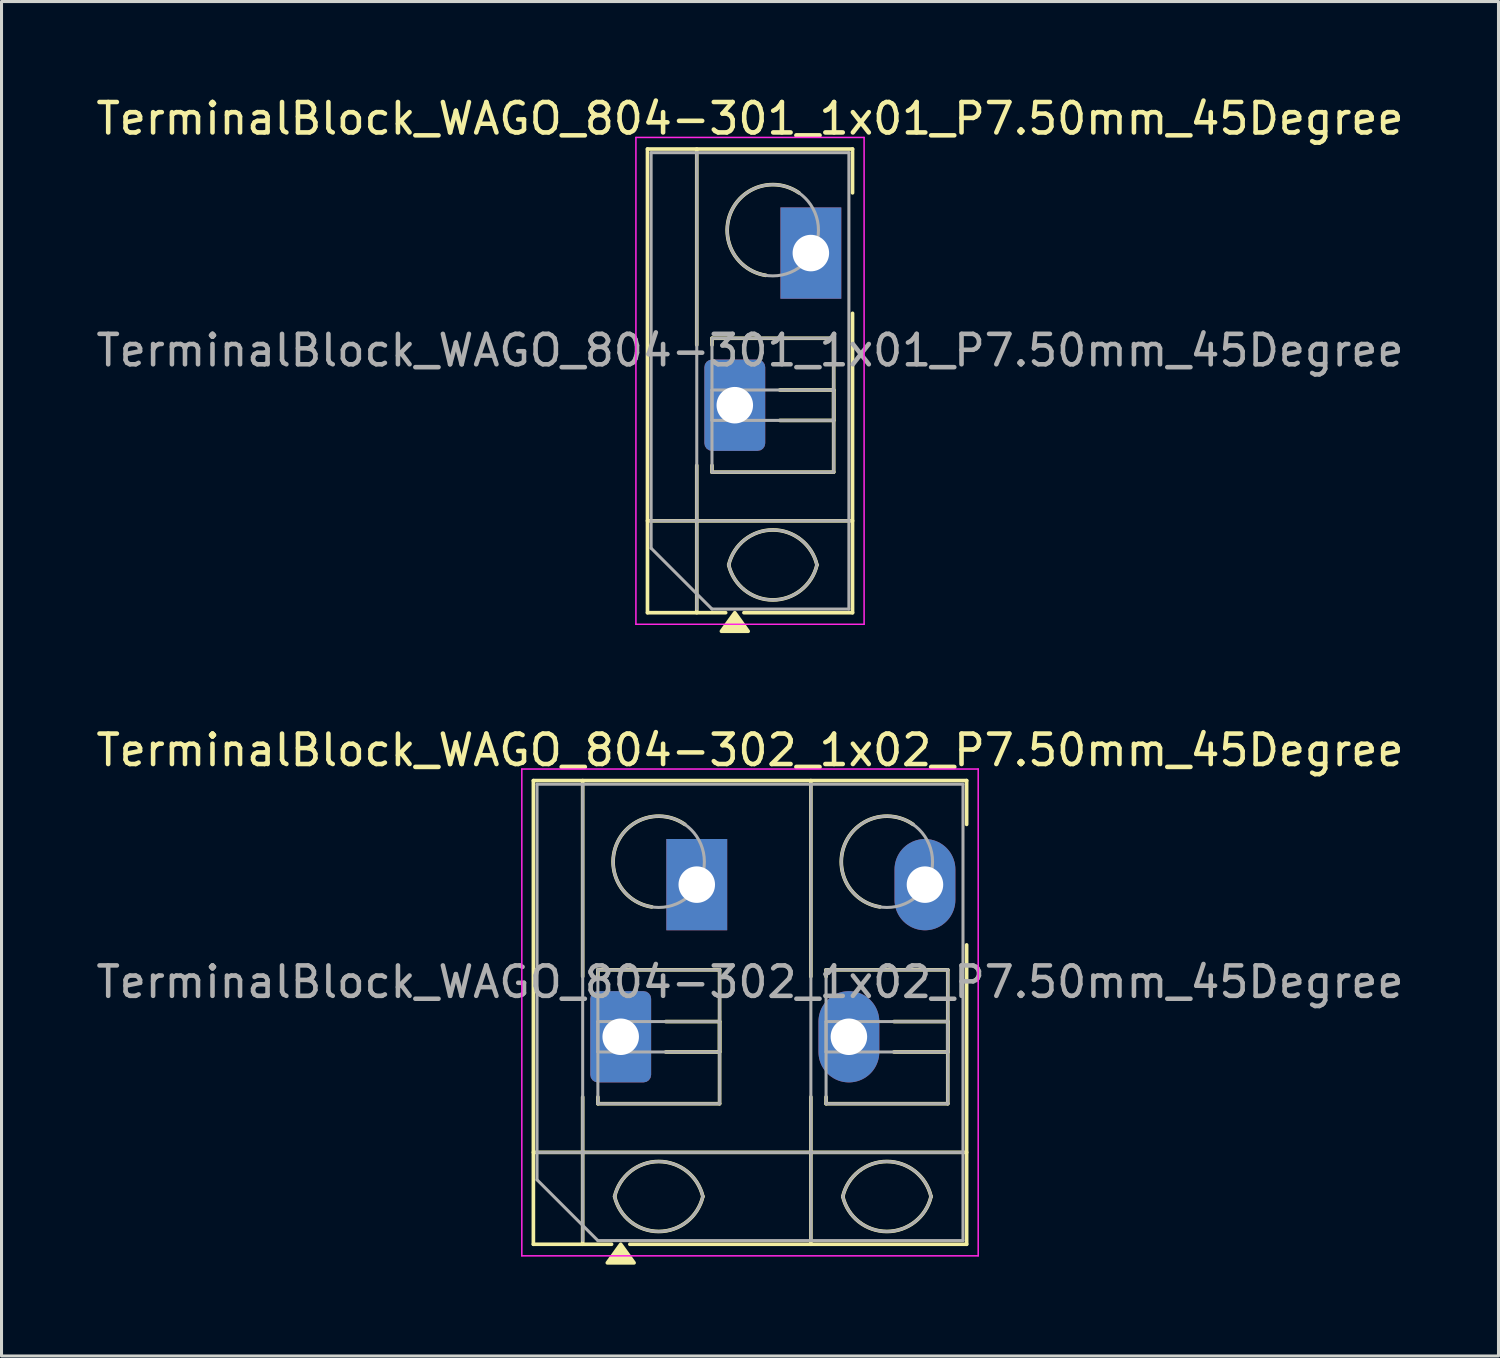
<source format=kicad_pcb>
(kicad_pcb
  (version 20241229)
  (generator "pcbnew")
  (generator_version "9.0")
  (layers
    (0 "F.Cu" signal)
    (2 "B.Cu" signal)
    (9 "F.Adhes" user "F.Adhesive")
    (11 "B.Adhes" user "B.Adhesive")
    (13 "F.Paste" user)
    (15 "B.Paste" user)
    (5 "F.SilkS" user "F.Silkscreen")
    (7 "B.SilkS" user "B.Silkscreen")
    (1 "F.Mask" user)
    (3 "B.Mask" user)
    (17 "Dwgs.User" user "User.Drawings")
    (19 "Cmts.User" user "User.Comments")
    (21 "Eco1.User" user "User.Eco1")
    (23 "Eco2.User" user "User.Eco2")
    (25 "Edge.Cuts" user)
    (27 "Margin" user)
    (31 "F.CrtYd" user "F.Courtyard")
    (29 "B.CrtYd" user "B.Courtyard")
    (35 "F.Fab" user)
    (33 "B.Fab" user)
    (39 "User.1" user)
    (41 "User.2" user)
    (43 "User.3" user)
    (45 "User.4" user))
  (footprint "TerminalBlock_WAGO_804-302_1x02_P7.50mm_45Degree"
    (layer "F.Cu")
    (at 17.351 31.026)
    (property "Reference" "TerminalBlock_WAGO_804-302_1x02_P7.50mm_45Degree" (at 4.25 -9.42 0) (layer "F.SilkS") (effects (font (size 1 1) (thickness 0.15))))
    (attr through_hole)
    (fp_line (start -2.87 -8.42) (end 11.37 -8.42) (stroke (width 0.12) (type solid)) (layer "F.SilkS"))
    (fp_line (start -2.87 3.8) (end 11.37 3.8) (stroke (width 0.12) (type solid)) (layer "F.SilkS"))
    (fp_line (start -2.87 6.82) (end -2.87 -8.42) (stroke (width 0.12) (type solid)) (layer "F.SilkS"))
    (fp_line (start -1.25 -8.42) (end -1.25 -1.98) (stroke (width 0.12) (type solid)) (layer "F.SilkS"))
    (fp_line (start -1.25 1.98) (end -1.25 6.82) (stroke (width 0.12) (type solid)) (layer "F.SilkS"))
    (fp_line (start -0.75 -2.2) (end 3.25 -2.2) (stroke (width 0.12) (type solid)) (layer "F.SilkS"))
    (fp_line (start -0.75 -1.98) (end -0.75 -2.2) (stroke (width 0.12) (type solid)) (layer "F.SilkS"))
    (fp_line (start -0.75 2.2) (end -0.75 1.98) (stroke (width 0.12) (type solid)) (layer "F.SilkS"))
    (fp_line (start -0.3 6.82) (end -2.87 6.82) (stroke (width 0.12) (type solid)) (layer "F.SilkS"))
    (fp_line (start 1.48 -0.5) (end 3.25 -0.5) (stroke (width 0.12) (type solid)) (layer "F.SilkS"))
    (fp_line (start 3.25 -2.2) (end 3.25 2.2) (stroke (width 0.12) (type solid)) (layer "F.SilkS"))
    (fp_line (start 3.25 -0.5) (end 3.25 0.5) (stroke (width 0.12) (type solid)) (layer "F.SilkS"))
    (fp_line (start 3.25 0.5) (end 1.48 0.5) (stroke (width 0.12) (type solid)) (layer "F.SilkS"))
    (fp_line (start 3.25 2.2) (end -0.75 2.2) (stroke (width 0.12) (type solid)) (layer "F.SilkS"))
    (fp_line (start 6.25 -8.42) (end 6.25 -1.98) (stroke (width 0.12) (type solid)) (layer "F.SilkS"))
    (fp_line (start 6.25 1.98) (end 6.25 6.82) (stroke (width 0.12) (type solid)) (layer "F.SilkS"))
    (fp_line (start 6.75 -2.2) (end 10.75 -2.2) (stroke (width 0.12) (type solid)) (layer "F.SilkS"))
    (fp_line (start 6.75 -1.98) (end 6.75 -2.2) (stroke (width 0.12) (type solid)) (layer "F.SilkS"))
    (fp_line (start 6.75 2.2) (end 6.75 1.98) (stroke (width 0.12) (type solid)) (layer "F.SilkS"))
    (fp_line (start 8.98 -0.5) (end 10.75 -0.5) (stroke (width 0.12) (type solid)) (layer "F.SilkS"))
    (fp_line (start 10.75 -2.2) (end 10.75 2.2) (stroke (width 0.12) (type solid)) (layer "F.SilkS"))
    (fp_line (start 10.75 -0.5) (end 10.75 0.5) (stroke (width 0.12) (type solid)) (layer "F.SilkS"))
    (fp_line (start 10.75 0.5) (end 8.98 0.5) (stroke (width 0.12) (type solid)) (layer "F.SilkS"))
    (fp_line (start 10.75 2.2) (end 6.75 2.2) (stroke (width 0.12) (type solid)) (layer "F.SilkS"))
    (fp_line (start 11.37 -8.42) (end 11.37 -6.98) (stroke (width 0.12) (type solid)) (layer "F.SilkS"))
    (fp_line (start 11.37 -3.02) (end 11.37 6.82) (stroke (width 0.12) (type solid)) (layer "F.SilkS"))
    (fp_line (start 11.37 6.82) (end 0.3 6.82) (stroke (width 0.12) (type solid)) (layer "F.SilkS"))
    (fp_arc (start -0.2 5.25) (mid 1.25 4.1) (end 2.7 5.25) (stroke (width 0.12) (type solid)) (layer "F.SilkS"))
    (fp_arc (start 1.02 -4.268) (mid -0.141916 -6.309209) (end 2.109 -6.98) (stroke (width 0.12) (type solid)) (layer "F.SilkS"))
    (fp_arc (start 2.7 5.25) (mid 1.25 6.4) (end -0.2 5.25) (stroke (width 0.12) (type solid)) (layer "F.SilkS"))
    (fp_arc (start 7.3 5.25) (mid 8.75 4.1) (end 10.2 5.25) (stroke (width 0.12) (type solid)) (layer "F.SilkS"))
    (fp_arc (start 8.52 -4.268) (mid 7.358084 -6.309209) (end 9.609 -6.98) (stroke (width 0.12) (type solid)) (layer "F.SilkS"))
    (fp_arc (start 10.2 5.25) (mid 8.75 6.4) (end 7.3 5.25) (stroke (width 0.12) (type solid)) (layer "F.SilkS"))
    (fp_poly (pts (xy 0 6.82) (xy 0.44 7.43) (xy -0.44 7.43)) (stroke (width 0.12) (type solid)) (fill yes) (layer "F.SilkS"))
    (fp_line (start -3.25 -8.8) (end -3.25 7.2) (stroke (width 0.05) (type solid)) (layer "F.CrtYd"))
    (fp_line (start -3.25 7.2) (end 11.75 7.2) (stroke (width 0.05) (type solid)) (layer "F.CrtYd"))
    (fp_line (start 11.75 -8.8) (end -3.25 -8.8) (stroke (width 0.05) (type solid)) (layer "F.CrtYd"))
    (fp_line (start 11.75 7.2) (end 11.75 -8.8) (stroke (width 0.05) (type solid)) (layer "F.CrtYd"))
    (fp_line (start -2.75 -8.3) (end 11.25 -8.3) (stroke (width 0.1) (type solid)) (layer "F.Fab"))
    (fp_line (start -2.75 3.8) (end 11.25 3.8) (stroke (width 0.1) (type solid)) (layer "F.Fab"))
    (fp_line (start -2.75 4.7) (end -2.75 -8.3) (stroke (width 0.1) (type solid)) (layer "F.Fab"))
    (fp_line (start -1.25 -8.3) (end -1.25 6.7) (stroke (width 0.1) (type solid)) (layer "F.Fab"))
    (fp_line (start -0.75 -2.2) (end -0.75 2.2) (stroke (width 0.1) (type solid)) (layer "F.Fab"))
    (fp_line (start -0.75 -0.5) (end -0.75 0.5) (stroke (width 0.1) (type solid)) (layer "F.Fab"))
    (fp_line (start -0.75 0.5) (end 3.25 0.5) (stroke (width 0.1) (type solid)) (layer "F.Fab"))
    (fp_line (start -0.75 2.2) (end 3.25 2.2) (stroke (width 0.1) (type solid)) (layer "F.Fab"))
    (fp_line (start -0.75 6.7) (end -2.75 4.7) (stroke (width 0.1) (type solid)) (layer "F.Fab"))
    (fp_line (start 3.25 -2.2) (end -0.75 -2.2) (stroke (width 0.1) (type solid)) (layer "F.Fab"))
    (fp_line (start 3.25 -0.5) (end -0.75 -0.5) (stroke (width 0.1) (type solid)) (layer "F.Fab"))
    (fp_line (start 3.25 0.5) (end 3.25 -0.5) (stroke (width 0.1) (type solid)) (layer "F.Fab"))
    (fp_line (start 3.25 2.2) (end 3.25 -2.2) (stroke (width 0.1) (type solid)) (layer "F.Fab"))
    (fp_line (start 6.25 -8.3) (end 6.25 6.7) (stroke (width 0.1) (type solid)) (layer "F.Fab"))
    (fp_line (start 6.75 -2.2) (end 6.75 2.2) (stroke (width 0.1) (type solid)) (layer "F.Fab"))
    (fp_line (start 6.75 -0.5) (end 6.75 0.5) (stroke (width 0.1) (type solid)) (layer "F.Fab"))
    (fp_line (start 6.75 0.5) (end 10.75 0.5) (stroke (width 0.1) (type solid)) (layer "F.Fab"))
    (fp_line (start 6.75 2.2) (end 10.75 2.2) (stroke (width 0.1) (type solid)) (layer "F.Fab"))
    (fp_line (start 10.75 -2.2) (end 6.75 -2.2) (stroke (width 0.1) (type solid)) (layer "F.Fab"))
    (fp_line (start 10.75 -0.5) (end 6.75 -0.5) (stroke (width 0.1) (type solid)) (layer "F.Fab"))
    (fp_line (start 10.75 0.5) (end 10.75 -0.5) (stroke (width 0.1) (type solid)) (layer "F.Fab"))
    (fp_line (start 10.75 2.2) (end 10.75 -2.2) (stroke (width 0.1) (type solid)) (layer "F.Fab"))
    (fp_line (start 11.25 -8.3) (end 11.25 6.7) (stroke (width 0.1) (type solid)) (layer "F.Fab"))
    (fp_line (start 11.25 6.7) (end -0.75 6.7) (stroke (width 0.1) (type solid)) (layer "F.Fab"))
    (fp_arc (start -0.2 5.25) (mid 1.25 4.1) (end 2.7 5.25) (stroke (width 0.1) (type solid)) (layer "F.Fab"))
    (fp_arc (start 2.7 5.25) (mid 1.25 6.4) (end -0.2 5.25) (stroke (width 0.1) (type solid)) (layer "F.Fab"))
    (fp_arc (start 7.3 5.25) (mid 8.75 4.1) (end 10.2 5.25) (stroke (width 0.1) (type solid)) (layer "F.Fab"))
    (fp_arc (start 10.2 5.25) (mid 8.75 6.4) (end 7.3 5.25) (stroke (width 0.1) (type solid)) (layer "F.Fab"))
    (fp_circle (center 1.25 -5.75) (end 2.75 -5.75) (stroke (width 0.1) (type solid)) (fill no) (layer "F.Fab"))
    (fp_circle (center 8.75 -5.75) (end 10.25 -5.75) (stroke (width 0.1) (type solid)) (fill no) (layer "F.Fab"))
    (fp_text user "${REFERENCE}" (at 4.25 -1.8 0) (layer "F.Fab") (effects (font (size 1 1) (thickness 0.15))))
    (pad "1" thru_hole roundrect (at 0 0) (size 2 3) (drill 1.2) (layers "*.Cu" "*.Mask") (roundrect_rratio 0.125))
    (pad "1" thru_hole rect (at 2.5 -5) (size 2 3) (drill 1.2) (layers "*.Cu" "*.Mask"))
    (pad "2" thru_hole oval (at 7.5 0) (size 2 3) (drill 1.2) (layers "*.Cu" "*.Mask"))
    (pad "2" thru_hole oval (at 10 -5) (size 2 3) (drill 1.2) (layers "*.Cu" "*.Mask")))
  (footprint "TerminalBlock_WAGO_804-301_1x01_P7.50mm_45Degree"
    (layer "F.Cu")
    (at 21.101 10.268)
    (property "Reference" "TerminalBlock_WAGO_804-301_1x01_P7.50mm_45Degree" (at 0.5 -9.42 0) (layer "F.SilkS") (effects (font (size 1 1) (thickness 0.15))))
    (attr through_hole)
    (fp_line (start -2.87 -8.42) (end 3.87 -8.42) (stroke (width 0.12) (type solid)) (layer "F.SilkS"))
    (fp_line (start -2.87 3.8) (end 3.87 3.8) (stroke (width 0.12) (type solid)) (layer "F.SilkS"))
    (fp_line (start -2.87 6.82) (end -2.87 -8.42) (stroke (width 0.12) (type solid)) (layer "F.SilkS"))
    (fp_line (start -1.25 -8.42) (end -1.25 -1.98) (stroke (width 0.12) (type solid)) (layer "F.SilkS"))
    (fp_line (start -1.25 1.98) (end -1.25 6.82) (stroke (width 0.12) (type solid)) (layer "F.SilkS"))
    (fp_line (start -0.75 -2.2) (end 3.25 -2.2) (stroke (width 0.12) (type solid)) (layer "F.SilkS"))
    (fp_line (start -0.75 -1.98) (end -0.75 -2.2) (stroke (width 0.12) (type solid)) (layer "F.SilkS"))
    (fp_line (start -0.75 2.2) (end -0.75 1.98) (stroke (width 0.12) (type solid)) (layer "F.SilkS"))
    (fp_line (start -0.3 6.82) (end -2.87 6.82) (stroke (width 0.12) (type solid)) (layer "F.SilkS"))
    (fp_line (start 1.48 -0.5) (end 3.25 -0.5) (stroke (width 0.12) (type solid)) (layer "F.SilkS"))
    (fp_line (start 3.25 -2.2) (end 3.25 2.2) (stroke (width 0.12) (type solid)) (layer "F.SilkS"))
    (fp_line (start 3.25 -0.5) (end 3.25 0.5) (stroke (width 0.12) (type solid)) (layer "F.SilkS"))
    (fp_line (start 3.25 0.5) (end 1.48 0.5) (stroke (width 0.12) (type solid)) (layer "F.SilkS"))
    (fp_line (start 3.25 2.2) (end -0.75 2.2) (stroke (width 0.12) (type solid)) (layer "F.SilkS"))
    (fp_line (start 3.87 -8.42) (end 3.87 -6.98) (stroke (width 0.12) (type solid)) (layer "F.SilkS"))
    (fp_line (start 3.87 -3.02) (end 3.87 6.82) (stroke (width 0.12) (type solid)) (layer "F.SilkS"))
    (fp_line (start 3.87 6.82) (end 0.3 6.82) (stroke (width 0.12) (type solid)) (layer "F.SilkS"))
    (fp_arc (start -0.2 5.25) (mid 1.25 4.1) (end 2.7 5.25) (stroke (width 0.12) (type solid)) (layer "F.SilkS"))
    (fp_arc (start 1.02 -4.268) (mid -0.141916 -6.309209) (end 2.109 -6.98) (stroke (width 0.12) (type solid)) (layer "F.SilkS"))
    (fp_arc (start 2.7 5.25) (mid 1.25 6.4) (end -0.2 5.25) (stroke (width 0.12) (type solid)) (layer "F.SilkS"))
    (fp_poly (pts (xy 0 6.82) (xy 0.44 7.43) (xy -0.44 7.43)) (stroke (width 0.12) (type solid)) (fill yes) (layer "F.SilkS"))
    (fp_line (start -3.25 -8.8) (end -3.25 7.2) (stroke (width 0.05) (type solid)) (layer "F.CrtYd"))
    (fp_line (start -3.25 7.2) (end 4.25 7.2) (stroke (width 0.05) (type solid)) (layer "F.CrtYd"))
    (fp_line (start 4.25 -8.8) (end -3.25 -8.8) (stroke (width 0.05) (type solid)) (layer "F.CrtYd"))
    (fp_line (start 4.25 7.2) (end 4.25 -8.8) (stroke (width 0.05) (type solid)) (layer "F.CrtYd"))
    (fp_line (start -2.75 -8.3) (end 3.75 -8.3) (stroke (width 0.1) (type solid)) (layer "F.Fab"))
    (fp_line (start -2.75 3.8) (end 3.75 3.8) (stroke (width 0.1) (type solid)) (layer "F.Fab"))
    (fp_line (start -2.75 4.7) (end -2.75 -8.3) (stroke (width 0.1) (type solid)) (layer "F.Fab"))
    (fp_line (start -1.25 -8.3) (end -1.25 6.7) (stroke (width 0.1) (type solid)) (layer "F.Fab"))
    (fp_line (start -0.75 -2.2) (end -0.75 2.2) (stroke (width 0.1) (type solid)) (layer "F.Fab"))
    (fp_line (start -0.75 -0.5) (end -0.75 0.5) (stroke (width 0.1) (type solid)) (layer "F.Fab"))
    (fp_line (start -0.75 0.5) (end 3.25 0.5) (stroke (width 0.1) (type solid)) (layer "F.Fab"))
    (fp_line (start -0.75 2.2) (end 3.25 2.2) (stroke (width 0.1) (type solid)) (layer "F.Fab"))
    (fp_line (start -0.75 6.7) (end -2.75 4.7) (stroke (width 0.1) (type solid)) (layer "F.Fab"))
    (fp_line (start 3.25 -2.2) (end -0.75 -2.2) (stroke (width 0.1) (type solid)) (layer "F.Fab"))
    (fp_line (start 3.25 -0.5) (end -0.75 -0.5) (stroke (width 0.1) (type solid)) (layer "F.Fab"))
    (fp_line (start 3.25 0.5) (end 3.25 -0.5) (stroke (width 0.1) (type solid)) (layer "F.Fab"))
    (fp_line (start 3.25 2.2) (end 3.25 -2.2) (stroke (width 0.1) (type solid)) (layer "F.Fab"))
    (fp_line (start 3.75 -8.3) (end 3.75 6.7) (stroke (width 0.1) (type solid)) (layer "F.Fab"))
    (fp_line (start 3.75 6.7) (end -0.75 6.7) (stroke (width 0.1) (type solid)) (layer "F.Fab"))
    (fp_arc (start -0.2 5.25) (mid 1.25 4.1) (end 2.7 5.25) (stroke (width 0.1) (type solid)) (layer "F.Fab"))
    (fp_arc (start 2.7 5.25) (mid 1.25 6.4) (end -0.2 5.25) (stroke (width 0.1) (type solid)) (layer "F.Fab"))
    (fp_circle (center 1.25 -5.75) (end 2.75 -5.75) (stroke (width 0.1) (type solid)) (fill no) (layer "F.Fab"))
    (fp_text user "${REFERENCE}" (at 0.5 -1.8 0) (layer "F.Fab") (effects (font (size 1 1) (thickness 0.15))))
    (pad "1" thru_hole roundrect (at 0 0) (size 2 3) (drill 1.2) (layers "*.Cu" "*.Mask") (roundrect_rratio 0.125))
    (pad "1" thru_hole rect (at 2.5 -5) (size 2 3) (drill 1.2) (layers "*.Cu" "*.Mask")))
  (gr_rect
    (start -3 -3)
    (end 46.202 41.517)
    (stroke (width 0.1) (type default))
    (fill no)
    (layer "Edge.Cuts")))
</source>
